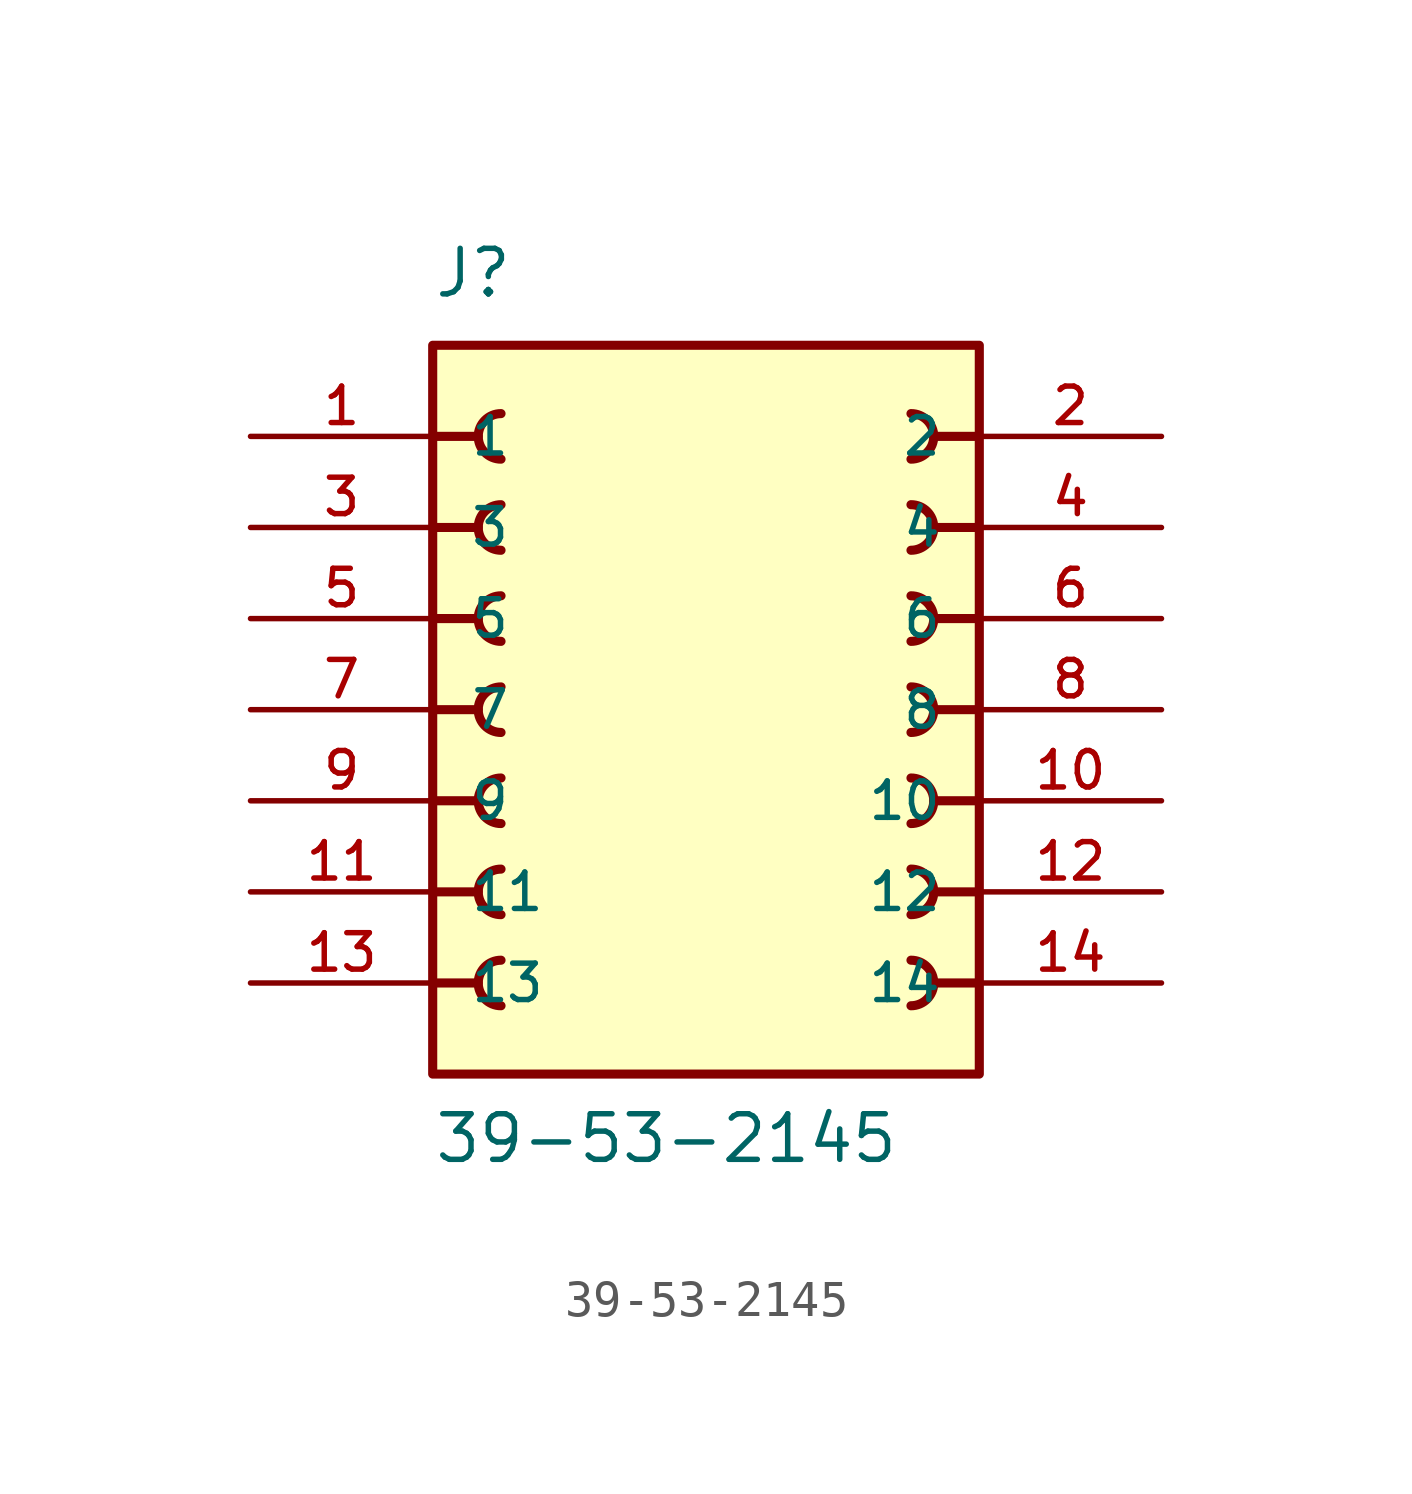
<source format=kicad_sym>
(kicad_symbol_lib
  (version 20211014)
  (generator kicad_symbol_editor)
  (symbol "39-53-2145"
    (pin_names
      (offset 1.016))
    (property "Reference" "J"
      (at -7.62 11.43 0)
      (effects (font (size 1.27 1.27)) (justify bottom left)))
    (property "Value" "39-53-2145"
      (at -7.62 -12.7 0)
      (effects (font (size 1.27 1.27)) (justify bottom left)))
    (symbol "39-53-2145_0_0"
      (polyline (pts (xy 7.62 7.62) (xy 6.35 7.62)) (stroke (width 0.254)))
      (arc (start 5.715 6.985) (mid 6.35 7.62) (end 5.715 8.255) (stroke (width 0.254) (type default) (color 0 0 0 0)) (fill (type none)))
      (polyline (pts (xy 7.62 5.08) (xy 6.35 5.08)) (stroke (width 0.254)))
      (arc (start 5.715 4.445) (mid 6.35 5.08) (end 5.715 5.715) (stroke (width 0.254) (type default) (color 0 0 0 0)) (fill (type none)))
      (polyline (pts (xy 7.62 2.54) (xy 6.35 2.54)) (stroke (width 0.254)))
      (arc (start 5.715 1.905) (mid 6.35 2.54) (end 5.715 3.175) (stroke (width 0.254) (type default) (color 0 0 0 0)) (fill (type none)))
      (polyline (pts (xy 7.62 0.0) (xy 6.35 0.0)) (stroke (width 0.254)))
      (arc (start 5.715 -0.635) (mid 6.35 0.0) (end 5.715 0.635) (stroke (width 0.254) (type default) (color 0 0 0 0)) (fill (type none)))
      (polyline (pts (xy 7.62 -2.54) (xy 6.35 -2.54)) (stroke (width 0.254)))
      (arc (start 5.715 -3.175) (mid 6.35 -2.54) (end 5.715 -1.905) (stroke (width 0.254) (type default) (color 0 0 0 0)) (fill (type none)))
      (polyline (pts (xy 7.62 -5.08) (xy 6.35 -5.08)) (stroke (width 0.254)))
      (arc (start 5.715 -5.715) (mid 6.35 -5.08) (end 5.715 -4.445) (stroke (width 0.254) (type default) (color 0 0 0 0)) (fill (type none)))
      (polyline (pts (xy 7.62 -7.62) (xy 6.35 -7.62)) (stroke (width 0.254)))
      (arc (start 5.715 -8.255) (mid 6.35 -7.62) (end 5.715 -6.985) (stroke (width 0.254) (type default) (color 0 0 0 0)) (fill (type none)))
      (polyline (pts (xy -7.62 -7.62) (xy -6.35 -7.62)) (stroke (width 0.254)))
      (arc (start -5.715 -6.985) (mid -6.35 -7.62) (end -5.715 -8.255) (stroke (width 0.254) (type default) (color 0 0 0 0)) (fill (type none)))
      (polyline (pts (xy -7.62 -5.08) (xy -6.35 -5.08)) (stroke (width 0.254)))
      (arc (start -5.715 -4.445) (mid -6.35 -5.08) (end -5.715 -5.715) (stroke (width 0.254) (type default) (color 0 0 0 0)) (fill (type none)))
      (polyline (pts (xy -7.62 -2.54) (xy -6.35 -2.54)) (stroke (width 0.254)))
      (arc (start -5.715 -1.905) (mid -6.35 -2.54) (end -5.715 -3.175) (stroke (width 0.254) (type default) (color 0 0 0 0)) (fill (type none)))
      (polyline (pts (xy -7.62 0.0) (xy -6.35 0.0)) (stroke (width 0.254)))
      (arc (start -5.715 0.635) (mid -6.35 -0.0) (end -5.715 -0.635) (stroke (width 0.254) (type default) (color 0 0 0 0)) (fill (type none)))
      (polyline (pts (xy -7.62 2.54) (xy -6.35 2.54)) (stroke (width 0.254)))
      (arc (start -5.715 3.175) (mid -6.35 2.54) (end -5.715 1.905) (stroke (width 0.254) (type default) (color 0 0 0 0)) (fill (type none)))
      (polyline (pts (xy -7.62 5.08) (xy -6.35 5.08)) (stroke (width 0.254)))
      (arc (start -5.715 5.715) (mid -6.35 5.08) (end -5.715 4.445) (stroke (width 0.254) (type default) (color 0 0 0 0)) (fill (type none)))
      (polyline (pts (xy -7.62 7.62) (xy -6.35 7.62)) (stroke (width 0.254)))
      (arc (start -5.715 8.255) (mid -6.35 7.62) (end -5.715 6.985) (stroke (width 0.254) (type default) (color 0 0 0 0)) (fill (type none)))
      (rectangle (start -7.62 -10.16) (end 7.62 10.16) (stroke (width 0.254)) (fill (type background)))
      (pin passive line (at -12.7 7.62 0) (length 5.08) (name "1" (effects (font (size 1.016 1.016)))) (number "1" (effects (font (size 1.016 1.016)))))
      (pin passive line (at 12.7 7.62 180.0) (length 5.08) (name "2" (effects (font (size 1.016 1.016)))) (number "2" (effects (font (size 1.016 1.016)))))
      (pin passive line (at -12.7 5.08 0) (length 5.08) (name "3" (effects (font (size 1.016 1.016)))) (number "3" (effects (font (size 1.016 1.016)))))
      (pin passive line (at 12.7 5.08 180.0) (length 5.08) (name "4" (effects (font (size 1.016 1.016)))) (number "4" (effects (font (size 1.016 1.016)))))
      (pin passive line (at -12.7 2.54 0) (length 5.08) (name "5" (effects (font (size 1.016 1.016)))) (number "5" (effects (font (size 1.016 1.016)))))
      (pin passive line (at 12.7 2.54 180.0) (length 5.08) (name "6" (effects (font (size 1.016 1.016)))) (number "6" (effects (font (size 1.016 1.016)))))
      (pin passive line (at -12.7 0.0 0) (length 5.08) (name "7" (effects (font (size 1.016 1.016)))) (number "7" (effects (font (size 1.016 1.016)))))
      (pin passive line (at 12.7 0.0 180.0) (length 5.08) (name "8" (effects (font (size 1.016 1.016)))) (number "8" (effects (font (size 1.016 1.016)))))
      (pin passive line (at -12.7 -2.54 0) (length 5.08) (name "9" (effects (font (size 1.016 1.016)))) (number "9" (effects (font (size 1.016 1.016)))))
      (pin passive line (at 12.7 -2.54 180.0) (length 5.08) (name "10" (effects (font (size 1.016 1.016)))) (number "10" (effects (font (size 1.016 1.016)))))
      (pin passive line (at -12.7 -5.08 0) (length 5.08) (name "11" (effects (font (size 1.016 1.016)))) (number "11" (effects (font (size 1.016 1.016)))))
      (pin passive line (at 12.7 -5.08 180.0) (length 5.08) (name "12" (effects (font (size 1.016 1.016)))) (number "12" (effects (font (size 1.016 1.016)))))
      (pin passive line (at -12.7 -7.62 0) (length 5.08) (name "13" (effects (font (size 1.016 1.016)))) (number "13" (effects (font (size 1.016 1.016)))))
      (pin passive line (at 12.7 -7.62 180.0) (length 5.08) (name "14" (effects (font (size 1.016 1.016)))) (number "14" (effects (font (size 1.016 1.016))))))))
</source>
